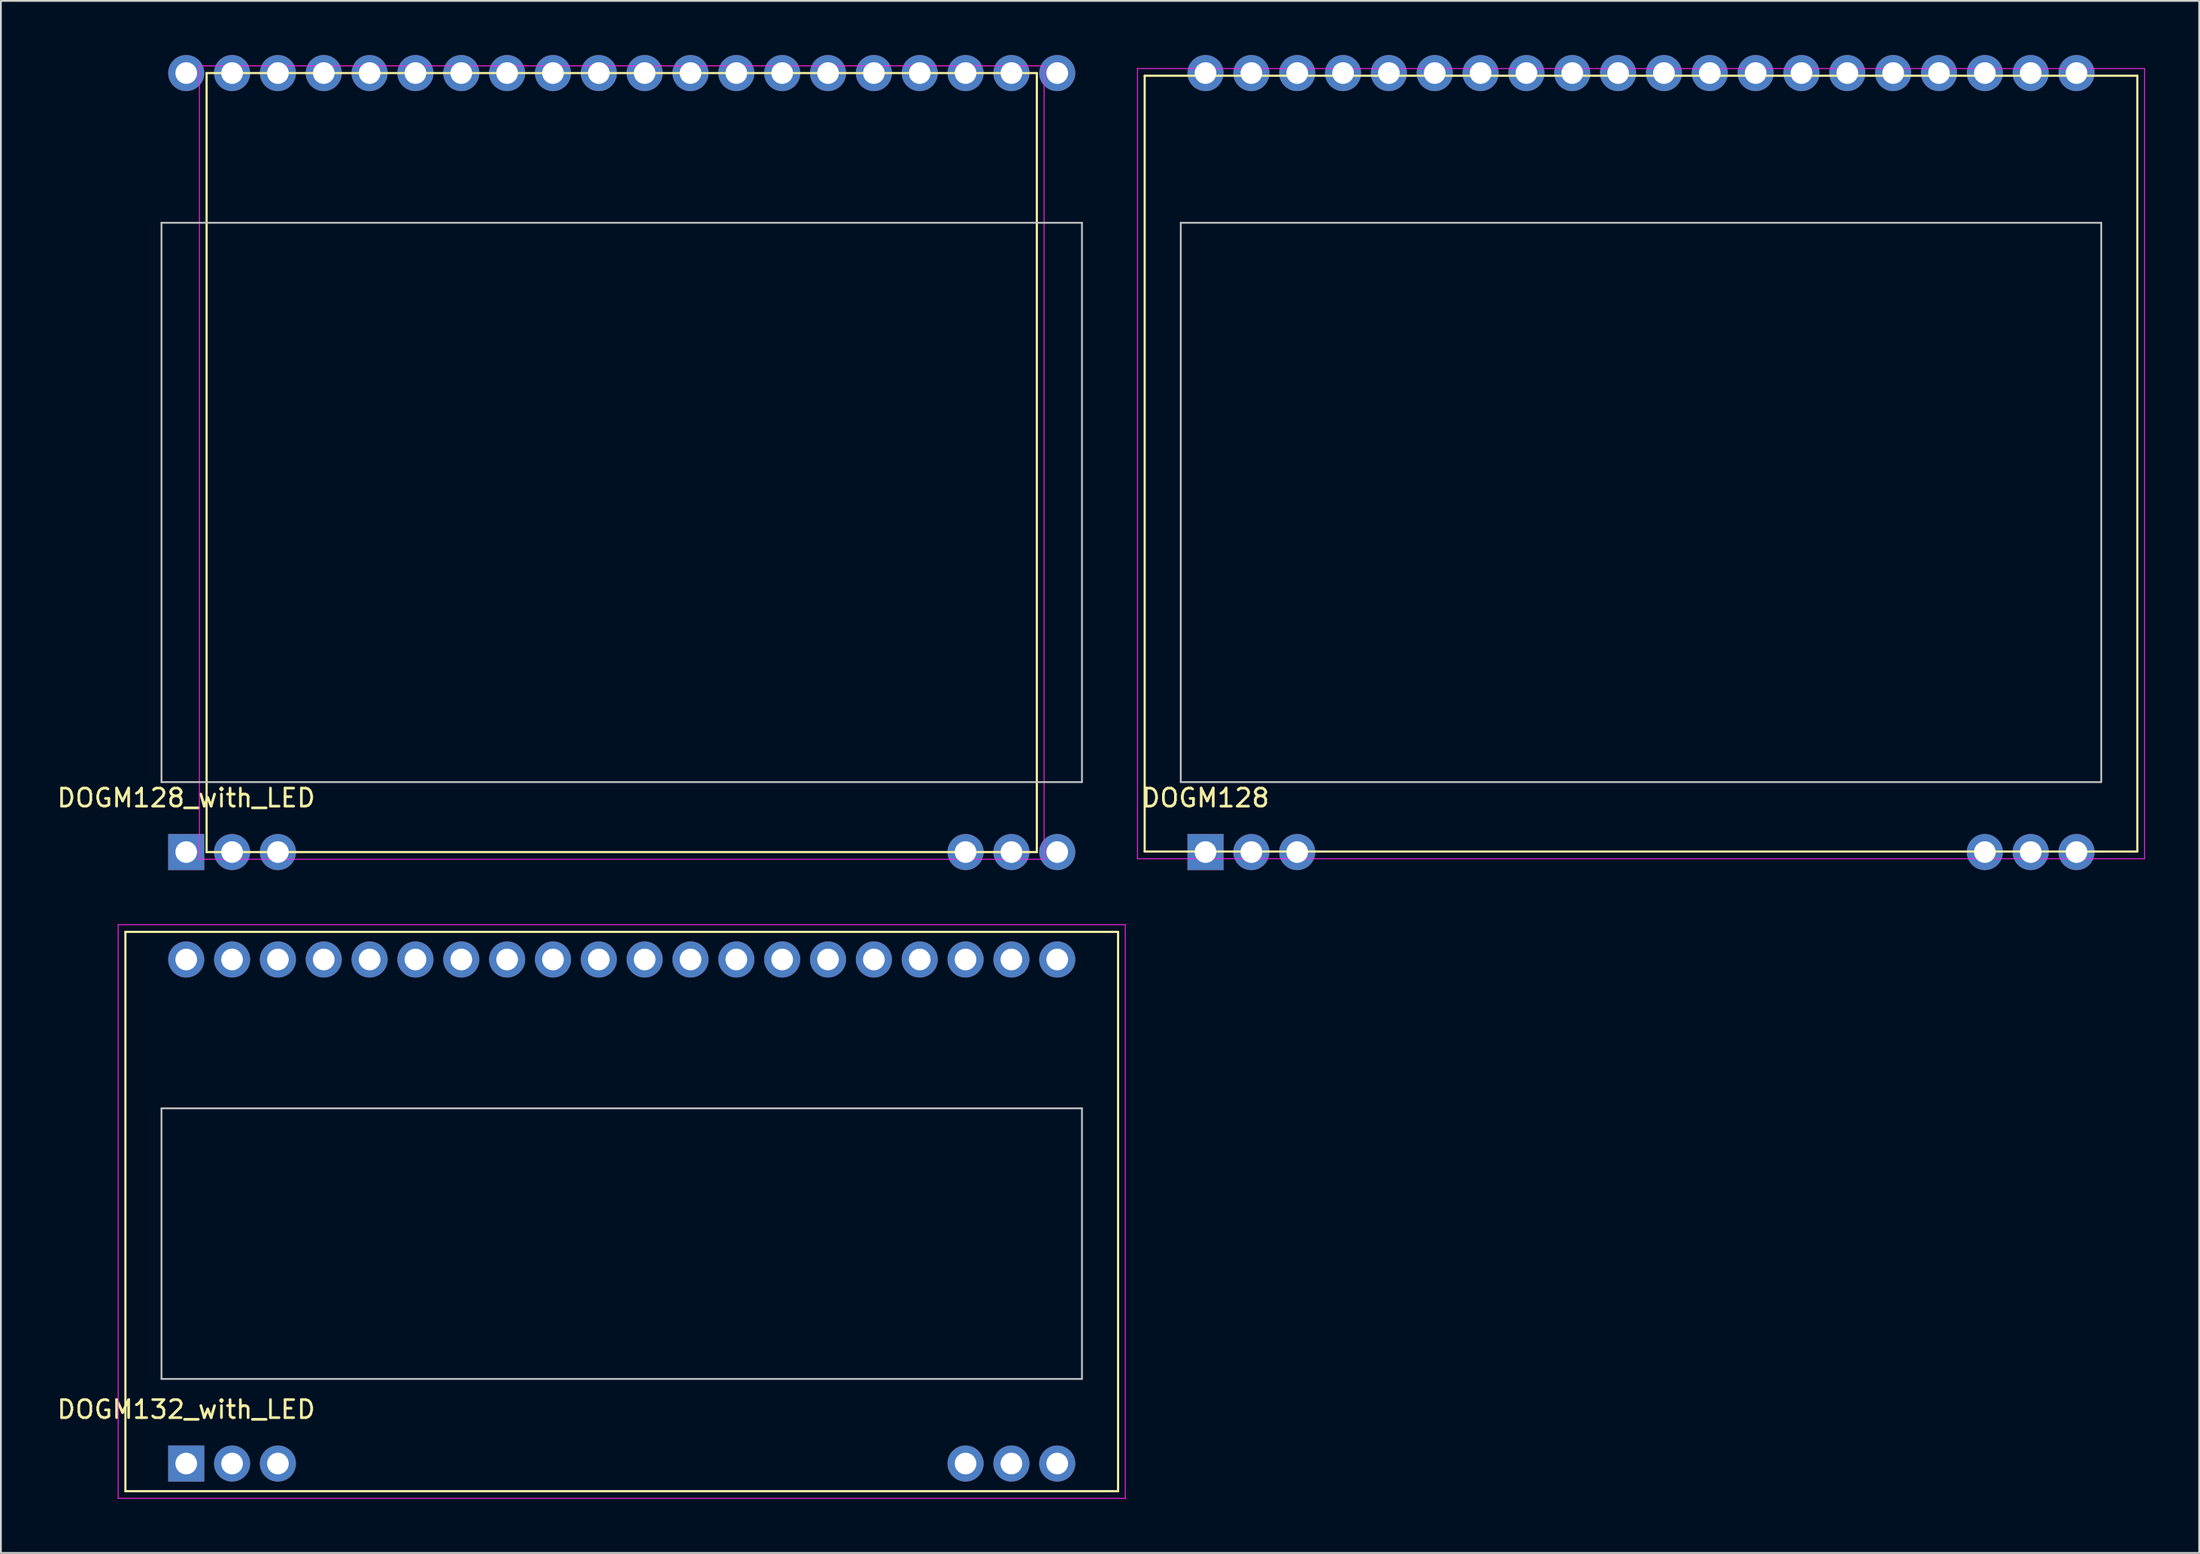
<source format=kicad_pcb>
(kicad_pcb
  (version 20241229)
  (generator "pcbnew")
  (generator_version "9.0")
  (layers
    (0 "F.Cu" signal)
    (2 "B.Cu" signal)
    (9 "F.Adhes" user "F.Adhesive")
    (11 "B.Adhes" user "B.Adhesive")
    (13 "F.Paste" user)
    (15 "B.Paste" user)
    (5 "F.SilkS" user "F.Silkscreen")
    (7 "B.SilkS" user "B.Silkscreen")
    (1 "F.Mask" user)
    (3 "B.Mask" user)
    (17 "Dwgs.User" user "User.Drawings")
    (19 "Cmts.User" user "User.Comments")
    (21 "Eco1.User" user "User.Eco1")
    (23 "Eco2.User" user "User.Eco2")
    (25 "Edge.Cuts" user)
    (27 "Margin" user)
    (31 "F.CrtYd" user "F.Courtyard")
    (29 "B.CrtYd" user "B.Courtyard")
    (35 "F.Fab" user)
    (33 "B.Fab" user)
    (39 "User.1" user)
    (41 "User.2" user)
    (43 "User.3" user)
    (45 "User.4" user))
  (footprint "DOGM132_with_LED"
    (layer "F.Cu")
    (at 7.268 78.075)
    (property "Reference" "DOGM132_with_LED" (at 0 -3 0) (layer "F.SilkS") (effects (font (size 1 1) (thickness 0.15))))
    (attr through_hole)
    (fp_line (start -3.37 -29.47) (end -3.37 1.53) (stroke (width 0.12) (type solid)) (layer "F.SilkS"))
    (fp_line (start -3.37 1.53) (end 51.63 1.53) (stroke (width 0.12) (type solid)) (layer "F.SilkS"))
    (fp_line (start 51.63 -29.47) (end -3.37 -29.47) (stroke (width 0.12) (type solid)) (layer "F.SilkS"))
    (fp_line (start 51.63 1.53) (end 51.63 -29.47) (stroke (width 0.12) (type solid)) (layer "F.SilkS"))
    (fp_line (start -1.37 -19.69) (end -1.37 -4.69) (stroke (width 0.1) (type solid)) (layer "Dwgs.User"))
    (fp_line (start -1.37 -4.69) (end 49.63 -4.69) (stroke (width 0.1) (type solid)) (layer "Dwgs.User"))
    (fp_line (start 49.63 -19.69) (end -1.37 -19.69) (stroke (width 0.1) (type solid)) (layer "Dwgs.User"))
    (fp_line (start 49.63 -4.69) (end 49.63 -19.69) (stroke (width 0.1) (type solid)) (layer "Dwgs.User"))
    (fp_line (start -3.77 -29.87) (end -3.77 1.93) (stroke (width 0.05) (type solid)) (layer "F.CrtYd"))
    (fp_line (start -3.77 1.93) (end 52.03 1.93) (stroke (width 0.05) (type solid)) (layer "F.CrtYd"))
    (fp_line (start 52.03 -29.87) (end -3.77 -29.87) (stroke (width 0.05) (type solid)) (layer "F.CrtYd"))
    (fp_line (start 52.03 1.93) (end 52.03 -29.87) (stroke (width 0.05) (type solid)) (layer "F.CrtYd"))
    (pad "1" thru_hole rect (at 0 0) (size 2 2) (drill 1.2) (layers "*.Cu" "*.Mask"))
    (pad "2" thru_hole circle (at 2.54 0) (size 2 2) (drill 1.2) (layers "*.Cu" "*.Mask"))
    (pad "3" thru_hole circle (at 5.08 0) (size 2 2) (drill 1.2) (layers "*.Cu" "*.Mask"))
    (pad "18" thru_hole circle (at 43.18 0) (size 2 2) (drill 1.2) (layers "*.Cu" "*.Mask"))
    (pad "19" thru_hole circle (at 45.72 0) (size 2 2) (drill 1.2) (layers "*.Cu" "*.Mask"))
    (pad "20" thru_hole circle (at 48.26 0) (size 2 2) (drill 1.2) (layers "*.Cu" "*.Mask"))
    (pad "21" thru_hole circle (at 48.26 -27.94) (size 2 2) (drill 1.2) (layers "*.Cu" "*.Mask"))
    (pad "22" thru_hole circle (at 45.72 -27.94) (size 2 2) (drill 1.2) (layers "*.Cu" "*.Mask"))
    (pad "23" thru_hole circle (at 43.18 -27.94) (size 2 2) (drill 1.2) (layers "*.Cu" "*.Mask"))
    (pad "24" thru_hole circle (at 40.64 -27.94) (size 2 2) (drill 1.2) (layers "*.Cu" "*.Mask"))
    (pad "25" thru_hole circle (at 38.1 -27.94) (size 2 2) (drill 1.2) (layers "*.Cu" "*.Mask"))
    (pad "26" thru_hole circle (at 35.56 -27.94) (size 2 2) (drill 1.2) (layers "*.Cu" "*.Mask"))
    (pad "27" thru_hole circle (at 33.02 -27.94) (size 2 2) (drill 1.2) (layers "*.Cu" "*.Mask"))
    (pad "28" thru_hole circle (at 30.48 -27.94) (size 2 2) (drill 1.2) (layers "*.Cu" "*.Mask"))
    (pad "29" thru_hole circle (at 27.94 -27.94) (size 2 2) (drill 1.2) (layers "*.Cu" "*.Mask"))
    (pad "30" thru_hole circle (at 25.4 -27.94) (size 2 2) (drill 1.2) (layers "*.Cu" "*.Mask"))
    (pad "31" thru_hole circle (at 22.86 -27.94) (size 2 2) (drill 1.2) (layers "*.Cu" "*.Mask"))
    (pad "32" thru_hole circle (at 20.32 -27.94) (size 2 2) (drill 1.2) (layers "*.Cu" "*.Mask"))
    (pad "33" thru_hole circle (at 17.78 -27.94) (size 2 2) (drill 1.2) (layers "*.Cu" "*.Mask"))
    (pad "34" thru_hole circle (at 15.24 -27.94) (size 2 2) (drill 1.2) (layers "*.Cu" "*.Mask"))
    (pad "35" thru_hole circle (at 12.7 -27.94) (size 2 2) (drill 1.2) (layers "*.Cu" "*.Mask"))
    (pad "36" thru_hole circle (at 10.16 -27.94) (size 2 2) (drill 1.2) (layers "*.Cu" "*.Mask"))
    (pad "37" thru_hole circle (at 7.62 -27.94) (size 2 2) (drill 1.2) (layers "*.Cu" "*.Mask"))
    (pad "38" thru_hole circle (at 5.08 -27.94) (size 2 2) (drill 1.2) (layers "*.Cu" "*.Mask"))
    (pad "39" thru_hole circle (at 2.54 -27.94) (size 2 2) (drill 1.2) (layers "*.Cu" "*.Mask"))
    (pad "40" thru_hole circle (at 0 -27.94) (size 2 2) (drill 1.2) (layers "*.Cu" "*.Mask")))
  (footprint "DOGM128"
    (layer "F.Cu")
    (at 63.743 44.18)
    (property "Reference" "DOGM128" (at 0 -3 0) (layer "F.SilkS") (effects (font (size 1 1) (thickness 0.15))))
    (attr through_hole)
    (fp_line (start -3.37 -43.03) (end -3.37 -0.03) (stroke (width 0.12) (type solid)) (layer "F.SilkS"))
    (fp_line (start -3.37 -0.03) (end 51.63 -0.03) (stroke (width 0.12) (type solid)) (layer "F.SilkS"))
    (fp_line (start 51.63 -43.03) (end -3.37 -43.03) (stroke (width 0.12) (type solid)) (layer "F.SilkS"))
    (fp_line (start 51.63 -0.03) (end 51.63 -43.03) (stroke (width 0.12) (type solid)) (layer "F.SilkS"))
    (fp_line (start -1.37 -34.88) (end -1.37 -3.88) (stroke (width 0.1) (type solid)) (layer "Dwgs.User"))
    (fp_line (start -1.37 -3.88) (end 49.63 -3.88) (stroke (width 0.1) (type solid)) (layer "Dwgs.User"))
    (fp_line (start 49.63 -34.88) (end -1.37 -34.88) (stroke (width 0.1) (type solid)) (layer "Dwgs.User"))
    (fp_line (start 49.63 -3.88) (end 49.63 -34.88) (stroke (width 0.1) (type solid)) (layer "Dwgs.User"))
    (fp_line (start -3.77 -43.43) (end -3.77 0.37) (stroke (width 0.05) (type solid)) (layer "F.CrtYd"))
    (fp_line (start -3.77 0.37) (end 52.03 0.37) (stroke (width 0.05) (type solid)) (layer "F.CrtYd"))
    (fp_line (start 52.03 -43.43) (end -3.77 -43.43) (stroke (width 0.05) (type solid)) (layer "F.CrtYd"))
    (fp_line (start 52.03 0.37) (end 52.03 -43.43) (stroke (width 0.05) (type solid)) (layer "F.CrtYd"))
    (pad "1" thru_hole rect (at 0 0) (size 2 2) (drill 1.2) (layers "*.Cu" "*.Mask"))
    (pad "2" thru_hole circle (at 2.54 0) (size 2 2) (drill 1.2) (layers "*.Cu" "*.Mask"))
    (pad "3" thru_hole circle (at 5.08 0) (size 2 2) (drill 1.2) (layers "*.Cu" "*.Mask"))
    (pad "18" thru_hole circle (at 43.18 0) (size 2 2) (drill 1.2) (layers "*.Cu" "*.Mask"))
    (pad "19" thru_hole circle (at 45.72 0) (size 2 2) (drill 1.2) (layers "*.Cu" "*.Mask"))
    (pad "20" thru_hole circle (at 48.26 0) (size 2 2) (drill 1.2) (layers "*.Cu" "*.Mask"))
    (pad "21" thru_hole circle (at 48.26 -43.18) (size 2 2) (drill 1.2) (layers "*.Cu" "*.Mask"))
    (pad "22" thru_hole circle (at 45.72 -43.18) (size 2 2) (drill 1.2) (layers "*.Cu" "*.Mask"))
    (pad "23" thru_hole circle (at 43.18 -43.18) (size 2 2) (drill 1.2) (layers "*.Cu" "*.Mask"))
    (pad "24" thru_hole circle (at 40.64 -43.18) (size 2 2) (drill 1.2) (layers "*.Cu" "*.Mask"))
    (pad "25" thru_hole circle (at 38.1 -43.18) (size 2 2) (drill 1.2) (layers "*.Cu" "*.Mask"))
    (pad "26" thru_hole circle (at 35.56 -43.18) (size 2 2) (drill 1.2) (layers "*.Cu" "*.Mask"))
    (pad "27" thru_hole circle (at 33.02 -43.18) (size 2 2) (drill 1.2) (layers "*.Cu" "*.Mask"))
    (pad "28" thru_hole circle (at 30.48 -43.18) (size 2 2) (drill 1.2) (layers "*.Cu" "*.Mask"))
    (pad "29" thru_hole circle (at 27.94 -43.18) (size 2 2) (drill 1.2) (layers "*.Cu" "*.Mask"))
    (pad "30" thru_hole circle (at 25.4 -43.18) (size 2 2) (drill 1.2) (layers "*.Cu" "*.Mask"))
    (pad "31" thru_hole circle (at 22.86 -43.18) (size 2 2) (drill 1.2) (layers "*.Cu" "*.Mask"))
    (pad "32" thru_hole circle (at 20.32 -43.18) (size 2 2) (drill 1.2) (layers "*.Cu" "*.Mask"))
    (pad "33" thru_hole circle (at 17.78 -43.18) (size 2 2) (drill 1.2) (layers "*.Cu" "*.Mask"))
    (pad "34" thru_hole circle (at 15.24 -43.18) (size 2 2) (drill 1.2) (layers "*.Cu" "*.Mask"))
    (pad "35" thru_hole circle (at 12.7 -43.18) (size 2 2) (drill 1.2) (layers "*.Cu" "*.Mask"))
    (pad "36" thru_hole circle (at 10.16 -43.18) (size 2 2) (drill 1.2) (layers "*.Cu" "*.Mask"))
    (pad "37" thru_hole circle (at 7.62 -43.18) (size 2 2) (drill 1.2) (layers "*.Cu" "*.Mask"))
    (pad "38" thru_hole circle (at 5.08 -43.18) (size 2 2) (drill 1.2) (layers "*.Cu" "*.Mask"))
    (pad "39" thru_hole circle (at 2.54 -43.18) (size 2 2) (drill 1.2) (layers "*.Cu" "*.Mask"))
    (pad "40" thru_hole circle (at 0 -43.18) (size 2 2) (drill 1.2) (layers "*.Cu" "*.Mask")))
  (footprint "DOGM128_with_LED"
    (layer "F.Cu")
    (at 7.268 44.18)
    (property "Reference" "DOGM128_with_LED" (at 0 -3 0) (layer "F.SilkS") (effects (font (size 1 1) (thickness 0.15))))
    (attr through_hole)
    (fp_line (start 1.13 -43.18) (end 1.13 0) (stroke (width 0.12) (type solid)) (layer "F.SilkS"))
    (fp_line (start 1.13 0) (end 47.13 0) (stroke (width 0.12) (type solid)) (layer "F.SilkS"))
    (fp_line (start 47.13 -43.18) (end 1.13 -43.18) (stroke (width 0.12) (type solid)) (layer "F.SilkS"))
    (fp_line (start 47.13 0) (end 47.13 -43.18) (stroke (width 0.12) (type solid)) (layer "F.SilkS"))
    (fp_line (start -1.37 -34.88) (end -1.37 -3.88) (stroke (width 0.1) (type solid)) (layer "Dwgs.User"))
    (fp_line (start -1.37 -3.88) (end 49.63 -3.88) (stroke (width 0.1) (type solid)) (layer "Dwgs.User"))
    (fp_line (start 49.63 -34.88) (end -1.37 -34.88) (stroke (width 0.1) (type solid)) (layer "Dwgs.User"))
    (fp_line (start 49.63 -3.88) (end 49.63 -34.88) (stroke (width 0.1) (type solid)) (layer "Dwgs.User"))
    (fp_line (start 0.73 -43.58) (end 0.73 0.4) (stroke (width 0.05) (type solid)) (layer "F.CrtYd"))
    (fp_line (start 0.73 0.4) (end 47.53 0.4) (stroke (width 0.05) (type solid)) (layer "F.CrtYd"))
    (fp_line (start 47.53 -43.58) (end 0.73 -43.58) (stroke (width 0.05) (type solid)) (layer "F.CrtYd"))
    (fp_line (start 47.53 0.4) (end 47.53 -43.58) (stroke (width 0.05) (type solid)) (layer "F.CrtYd"))
    (pad "1" thru_hole rect (at 0 0) (size 2 2) (drill 1.2) (layers "*.Cu" "*.Mask"))
    (pad "2" thru_hole circle (at 2.54 0) (size 2 2) (drill 1.2) (layers "*.Cu" "*.Mask"))
    (pad "3" thru_hole circle (at 5.08 0) (size 2 2) (drill 1.2) (layers "*.Cu" "*.Mask"))
    (pad "18" thru_hole circle (at 43.18 0) (size 2 2) (drill 1.2) (layers "*.Cu" "*.Mask"))
    (pad "19" thru_hole circle (at 45.72 0) (size 2 2) (drill 1.2) (layers "*.Cu" "*.Mask"))
    (pad "20" thru_hole circle (at 48.26 0) (size 2 2) (drill 1.2) (layers "*.Cu" "*.Mask"))
    (pad "21" thru_hole circle (at 48.26 -43.18) (size 2 2) (drill 1.2) (layers "*.Cu" "*.Mask"))
    (pad "22" thru_hole circle (at 45.72 -43.18) (size 2 2) (drill 1.2) (layers "*.Cu" "*.Mask"))
    (pad "23" thru_hole circle (at 43.18 -43.18) (size 2 2) (drill 1.2) (layers "*.Cu" "*.Mask"))
    (pad "24" thru_hole circle (at 40.64 -43.18) (size 2 2) (drill 1.2) (layers "*.Cu" "*.Mask"))
    (pad "25" thru_hole circle (at 38.1 -43.18) (size 2 2) (drill 1.2) (layers "*.Cu" "*.Mask"))
    (pad "26" thru_hole circle (at 35.56 -43.18) (size 2 2) (drill 1.2) (layers "*.Cu" "*.Mask"))
    (pad "27" thru_hole circle (at 33.02 -43.18) (size 2 2) (drill 1.2) (layers "*.Cu" "*.Mask"))
    (pad "28" thru_hole circle (at 30.48 -43.18) (size 2 2) (drill 1.2) (layers "*.Cu" "*.Mask"))
    (pad "29" thru_hole circle (at 27.94 -43.18) (size 2 2) (drill 1.2) (layers "*.Cu" "*.Mask"))
    (pad "30" thru_hole circle (at 25.4 -43.18) (size 2 2) (drill 1.2) (layers "*.Cu" "*.Mask"))
    (pad "31" thru_hole circle (at 22.86 -43.18) (size 2 2) (drill 1.2) (layers "*.Cu" "*.Mask"))
    (pad "32" thru_hole circle (at 20.32 -43.18) (size 2 2) (drill 1.2) (layers "*.Cu" "*.Mask"))
    (pad "33" thru_hole circle (at 17.78 -43.18) (size 2 2) (drill 1.2) (layers "*.Cu" "*.Mask"))
    (pad "34" thru_hole circle (at 15.24 -43.18) (size 2 2) (drill 1.2) (layers "*.Cu" "*.Mask"))
    (pad "35" thru_hole circle (at 12.7 -43.18) (size 2 2) (drill 1.2) (layers "*.Cu" "*.Mask"))
    (pad "36" thru_hole circle (at 10.16 -43.18) (size 2 2) (drill 1.2) (layers "*.Cu" "*.Mask"))
    (pad "37" thru_hole circle (at 7.62 -43.18) (size 2 2) (drill 1.2) (layers "*.Cu" "*.Mask"))
    (pad "38" thru_hole circle (at 5.08 -43.18) (size 2 2) (drill 1.2) (layers "*.Cu" "*.Mask"))
    (pad "39" thru_hole circle (at 2.54 -43.18) (size 2 2) (drill 1.2) (layers "*.Cu" "*.Mask"))
    (pad "40" thru_hole circle (at 0 -43.18) (size 2 2) (drill 1.2) (layers "*.Cu" "*.Mask")))
  (gr_rect
    (start -3 -3)
    (end 118.798 83.03)
    (stroke (width 0.1) (type default))
    (fill no)
    (layer "Edge.Cuts")))
</source>
